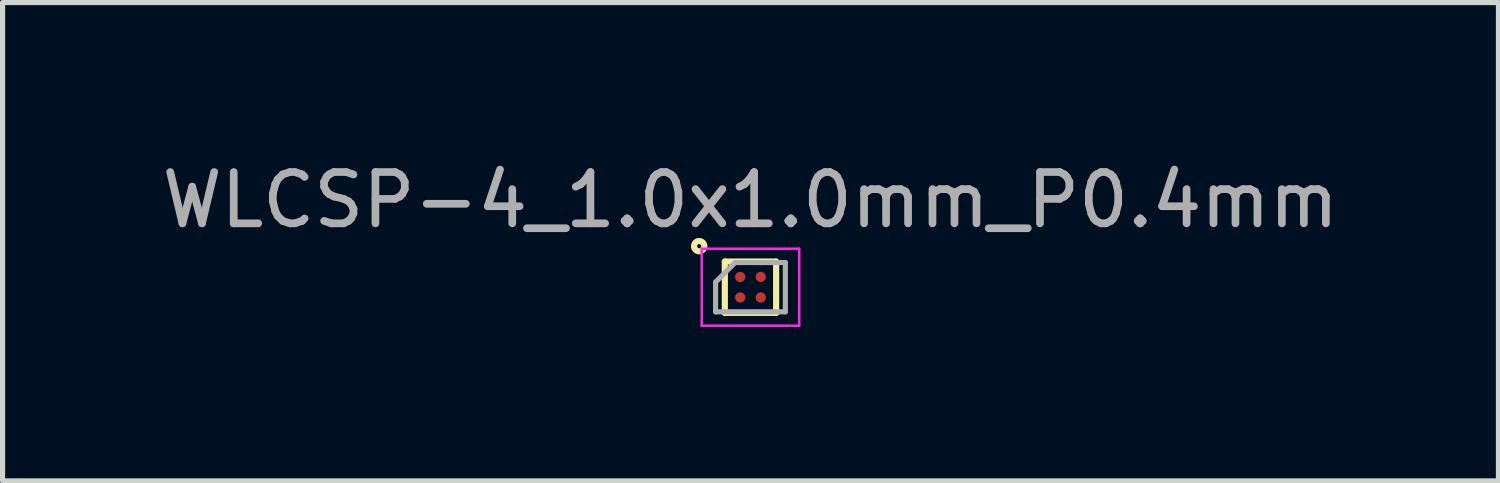
<source format=kicad_pcb>
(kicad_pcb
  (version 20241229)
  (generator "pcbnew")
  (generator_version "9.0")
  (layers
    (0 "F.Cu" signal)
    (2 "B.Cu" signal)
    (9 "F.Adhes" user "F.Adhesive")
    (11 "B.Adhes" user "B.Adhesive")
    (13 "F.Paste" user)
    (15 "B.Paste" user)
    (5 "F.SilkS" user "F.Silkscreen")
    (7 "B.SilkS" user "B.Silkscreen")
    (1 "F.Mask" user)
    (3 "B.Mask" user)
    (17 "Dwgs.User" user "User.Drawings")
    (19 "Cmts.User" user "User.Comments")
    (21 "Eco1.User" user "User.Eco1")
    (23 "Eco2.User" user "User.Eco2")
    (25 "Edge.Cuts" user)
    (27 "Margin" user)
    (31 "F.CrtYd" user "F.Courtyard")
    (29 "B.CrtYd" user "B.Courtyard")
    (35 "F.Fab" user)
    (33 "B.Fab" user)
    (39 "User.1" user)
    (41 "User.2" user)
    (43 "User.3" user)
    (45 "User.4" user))
  (footprint "WLCSP-4_1.0x1.0mm_P0.4mm"
    (layer "F.Cu")
    (at 11.577 2.548)
    (property "Reference" "WLCSP-4_1.0x1.0mm_P0.4mm" (at 0 -1.7 0) (layer "F.SilkS") (effects (font (size 0.001 0.001) (thickness 0.15))))
    (attr smd)
    (fp_line (start -0.5 -0.5) (end 0.5 -0.5) (stroke (width 0.12) (type solid)) (layer "F.SilkS"))
    (fp_line (start -0.5 0.5) (end -0.5 -0.5) (stroke (width 0.12) (type solid)) (layer "F.SilkS"))
    (fp_line (start 0.5 -0.5) (end 0.5 0.5) (stroke (width 0.12) (type solid)) (layer "F.SilkS"))
    (fp_line (start 0.5 0.5) (end -0.5 0.5) (stroke (width 0.12) (type solid)) (layer "F.SilkS"))
    (fp_circle (center -1 -0.8) (end -0.9 -0.8) (stroke (width 0.12) (type solid)) (fill no) (layer "F.SilkS"))
    (fp_line (start -0.95 -0.75) (end 0.95 -0.75) (stroke (width 0.05) (type solid)) (layer "F.CrtYd"))
    (fp_line (start -0.95 0.75) (end -0.95 -0.75) (stroke (width 0.05) (type solid)) (layer "F.CrtYd"))
    (fp_line (start 0.95 -0.75) (end 0.95 0.75) (stroke (width 0.05) (type solid)) (layer "F.CrtYd"))
    (fp_line (start 0.95 0.75) (end -0.95 0.75) (stroke (width 0.05) (type solid)) (layer "F.CrtYd"))
    (fp_line (start -0.68 -0.1) (end -0.3 -0.48) (stroke (width 0.1) (type solid)) (layer "F.Fab"))
    (fp_line (start -0.68 0.48) (end -0.68 -0.1) (stroke (width 0.1) (type solid)) (layer "F.Fab"))
    (fp_line (start -0.3 -0.48) (end 0.68 -0.48) (stroke (width 0.1) (type solid)) (layer "F.Fab"))
    (fp_line (start 0.68 -0.48) (end 0.68 0.48) (stroke (width 0.1) (type solid)) (layer "F.Fab"))
    (fp_line (start 0.68 0.48) (end -0.68 0.48) (stroke (width 0.1) (type solid)) (layer "F.Fab"))
    (fp_text user "${REFERENCE}" (at 0 -1.7 0) (layer "F.Fab") (effects (font (size 1 1) (thickness 0.15))))
    (pad "A1" smd circle (at -0.2 -0.2 90) (size 0.2 0.2) (layers "F.Cu" "F.Mask" "F.Paste"))
    (pad "A2" smd circle (at -0.2 0.2 90) (size 0.2 0.2) (layers "F.Cu" "F.Mask" "F.Paste"))
    (pad "B1" smd circle (at 0.2 -0.2 90) (size 0.2 0.2) (layers "F.Cu" "F.Mask" "F.Paste"))
    (pad "B2" smd circle (at 0.2 0.2 90) (size 0.2 0.2) (layers "F.Cu" "F.Mask" "F.Paste")))
  (gr_rect
    (start -3 -3)
    (end 26.155 6.323)
    (stroke (width 0.1) (type default))
    (fill no)
    (layer "Edge.Cuts")))
</source>
